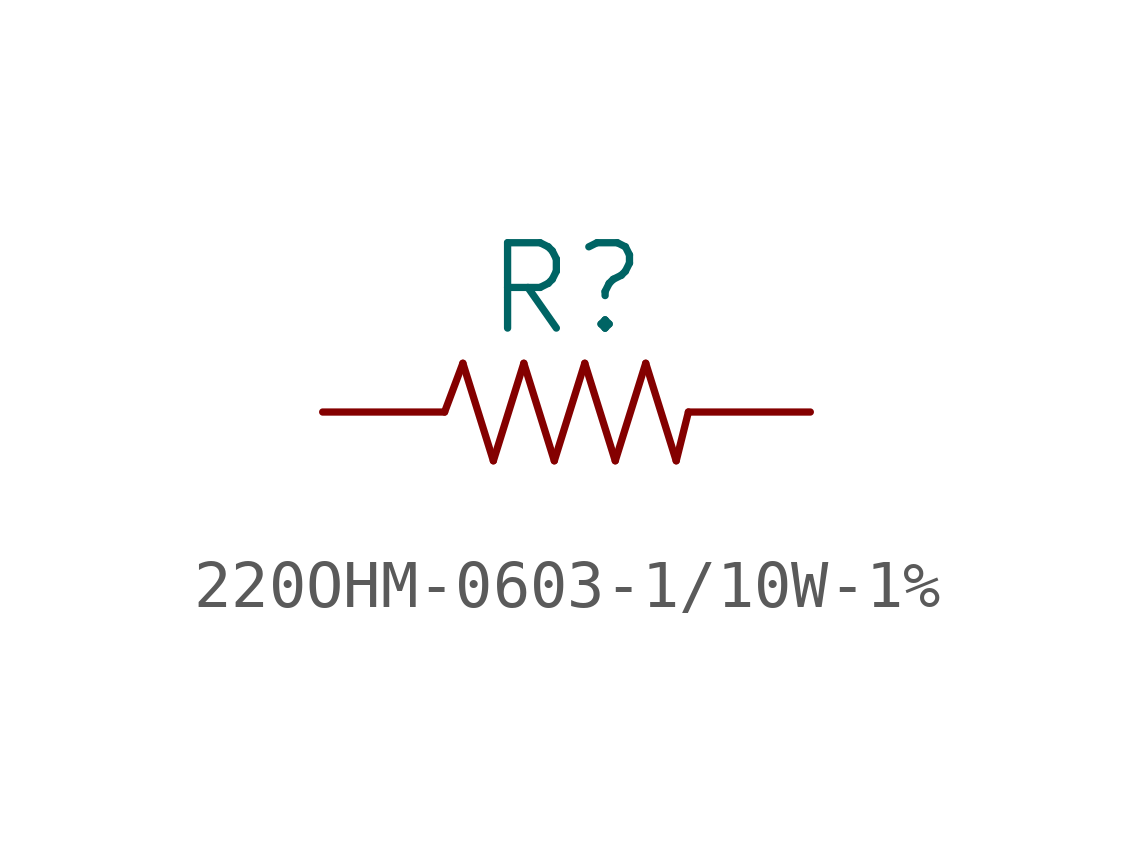
<source format=kicad_sym>
(kicad_symbol_lib
  (version 20220914)
  (generator kicad_symbol_editor)
  (symbol "220OHM-0603-1/10W-1%"
    (property "Reference" "R"
      (at 0 1.524 0)
      (effects (font (size 1.778 1.778)) (justify bottom)))
    (property "Value" ""
      (at 0 -1.524 0)
      (effects (font (size 1.778 1.778)) (justify top)))
    (property "ki_locked" ""
      (at 0 0 0)
      (effects (font (size 1.27 1.27))))
    (symbol "220OHM-0603-1/10W-1%_1_0"
      (polyline (pts (xy -2.54 0) (xy -2.159 1.016)) (stroke (width 0.152) (type solid)) (fill (type none)))
      (polyline (pts (xy -2.159 1.016) (xy -1.524 -1.016)) (stroke (width 0.152) (type solid)) (fill (type none)))
      (polyline (pts (xy -1.524 -1.016) (xy -0.889 1.016)) (stroke (width 0.152) (type solid)) (fill (type none)))
      (polyline (pts (xy -0.889 1.016) (xy -0.254 -1.016)) (stroke (width 0.152) (type solid)) (fill (type none)))
      (polyline (pts (xy -0.254 -1.016) (xy 0.381 1.016)) (stroke (width 0.152) (type solid)) (fill (type none)))
      (polyline (pts (xy 0.381 1.016) (xy 1.016 -1.016)) (stroke (width 0.152) (type solid)) (fill (type none)))
      (polyline (pts (xy 1.016 -1.016) (xy 1.651 1.016)) (stroke (width 0.152) (type solid)) (fill (type none)))
      (polyline (pts (xy 1.651 1.016) (xy 2.286 -1.016)) (stroke (width 0.152) (type solid)) (fill (type none)))
      (polyline (pts (xy 2.286 -1.016) (xy 2.54 0)) (stroke (width 0.152) (type solid)) (fill (type none)))
      (pin passive line (at -5.08 0 0) (length 2.54) (name "1" (effects (font (size 0 0)))) (number "1" (effects (font (size 0 0)))))
      (pin passive line (at 5.08 0 180) (length 2.54) (name "2" (effects (font (size 0 0)))) (number "2" (effects (font (size 0 0))))))))
</source>
